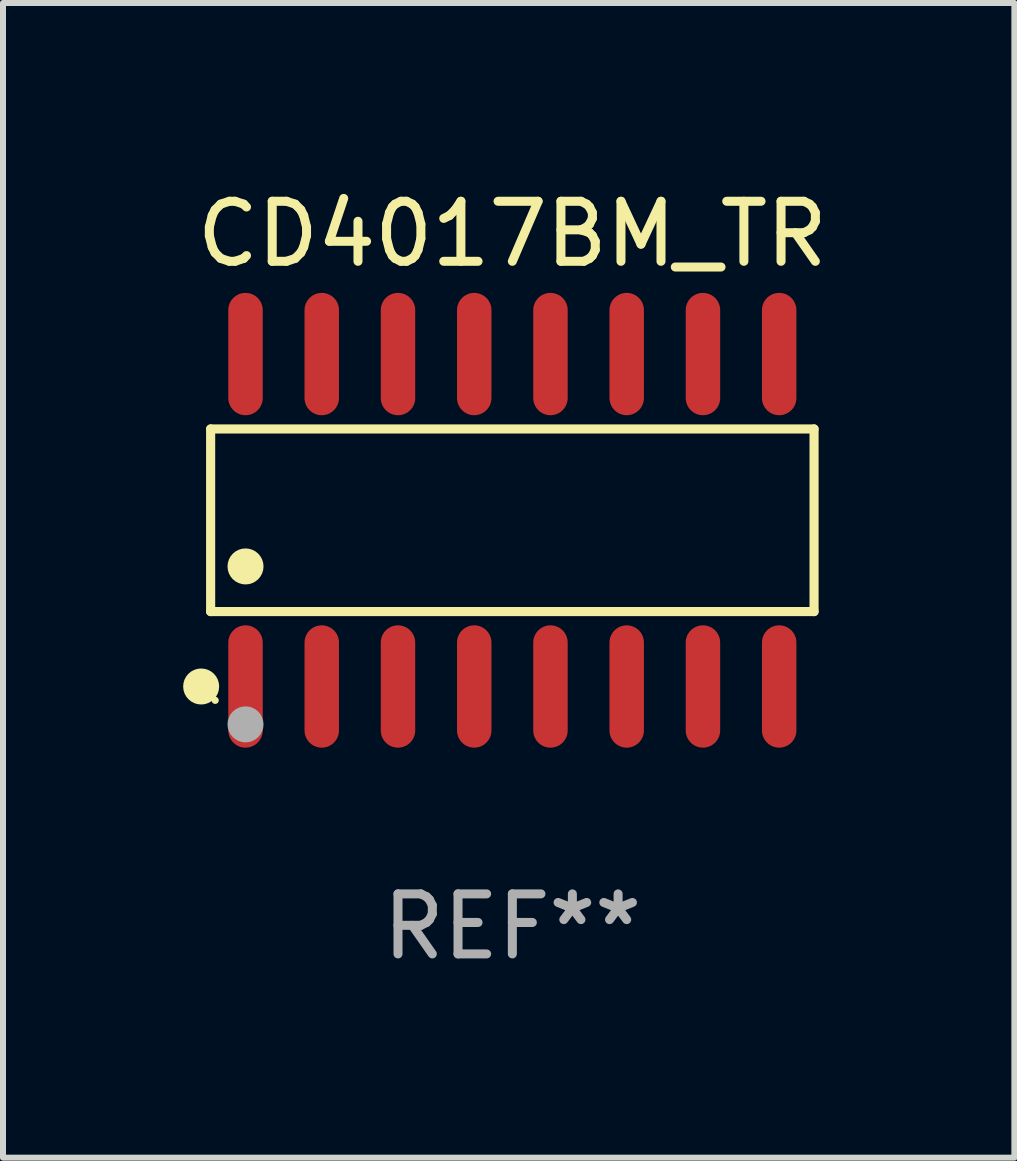
<source format=kicad_pcb>
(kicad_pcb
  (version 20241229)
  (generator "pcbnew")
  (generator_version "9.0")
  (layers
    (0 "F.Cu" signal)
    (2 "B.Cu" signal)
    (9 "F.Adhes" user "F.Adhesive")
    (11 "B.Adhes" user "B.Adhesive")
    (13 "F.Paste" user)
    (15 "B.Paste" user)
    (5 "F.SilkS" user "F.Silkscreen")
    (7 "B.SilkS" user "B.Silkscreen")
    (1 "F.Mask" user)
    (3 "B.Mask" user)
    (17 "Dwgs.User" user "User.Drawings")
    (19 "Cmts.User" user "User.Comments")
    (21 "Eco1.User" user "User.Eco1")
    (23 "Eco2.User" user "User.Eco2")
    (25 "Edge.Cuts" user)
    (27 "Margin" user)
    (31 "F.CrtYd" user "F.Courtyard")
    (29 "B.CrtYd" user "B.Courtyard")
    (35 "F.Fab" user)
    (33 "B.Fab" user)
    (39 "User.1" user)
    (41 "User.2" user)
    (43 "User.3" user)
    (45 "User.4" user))
  (footprint "CD4017BM_TR"
    (layer "F.Cu")
    (at 5.485 5.617)
    (property "Reference" "CD4017BM_TR" (at 0 -4.769 0) (layer "F.SilkS") (effects (font (size 1 1) (thickness 0.15))))
    (attr through_hole)
    (fp_line (start -5.026 -1.521) (end 5.026 -1.521) (stroke (width 0.152) (type solid)) (layer "F.SilkS"))
    (fp_line (start -5.026 1.521) (end -5.026 -1.521) (stroke (width 0.152) (type solid)) (layer "F.SilkS"))
    (fp_line (start 5.026 -1.521) (end 5.026 1.521) (stroke (width 0.152) (type solid)) (layer "F.SilkS"))
    (fp_line (start 5.026 1.521) (end -5.026 1.521) (stroke (width 0.152) (type solid)) (layer "F.SilkS"))
    (fp_circle (center -5.184 2.769) (end -5.034 2.769) (stroke (width 0.3) (type solid)) (fill no) (layer "F.SilkS"))
    (fp_circle (center -4.95 3) (end -4.92 3) (stroke (width 0.06) (type solid)) (fill no) (layer "F.SilkS"))
    (fp_circle (center -4.445 0.769) (end -4.295 0.769) (stroke (width 0.3) (type solid)) (fill no) (layer "F.SilkS"))
    (fp_circle (center -4.445 3.4) (end -4.295 3.4) (stroke (width 0.3) (type solid)) (fill no) (layer "F.Fab"))
    (fp_text user "REF**" (at 0 6.769 0) (layer "F.Fab") (effects (font (size 1 1) (thickness 0.15))))
    (pad "1" smd oval (at -4.445 2.769) (size 0.574 2.038) (layers "F.Cu" "F.Mask" "F.Paste"))
    (pad "2" smd oval (at -3.175 2.769) (size 0.574 2.038) (layers "F.Cu" "F.Mask" "F.Paste"))
    (pad "3" smd oval (at -1.905 2.769) (size 0.574 2.038) (layers "F.Cu" "F.Mask" "F.Paste"))
    (pad "4" smd oval (at -0.635 2.769) (size 0.574 2.038) (layers "F.Cu" "F.Mask" "F.Paste"))
    (pad "5" smd oval (at 0.635 2.769) (size 0.574 2.038) (layers "F.Cu" "F.Mask" "F.Paste"))
    (pad "6" smd oval (at 1.905 2.769) (size 0.574 2.038) (layers "F.Cu" "F.Mask" "F.Paste"))
    (pad "7" smd oval (at 3.175 2.769) (size 0.574 2.038) (layers "F.Cu" "F.Mask" "F.Paste"))
    (pad "8" smd oval (at 4.445 2.769) (size 0.574 2.038) (layers "F.Cu" "F.Mask" "F.Paste"))
    (pad "9" smd oval (at 4.445 -2.769) (size 0.574 2.038) (layers "F.Cu" "F.Mask" "F.Paste"))
    (pad "10" smd oval (at 3.175 -2.769) (size 0.574 2.038) (layers "F.Cu" "F.Mask" "F.Paste"))
    (pad "11" smd oval (at 1.905 -2.769) (size 0.574 2.038) (layers "F.Cu" "F.Mask" "F.Paste"))
    (pad "12" smd oval (at 0.635 -2.769) (size 0.574 2.038) (layers "F.Cu" "F.Mask" "F.Paste"))
    (pad "13" smd oval (at -0.635 -2.769) (size 0.574 2.038) (layers "F.Cu" "F.Mask" "F.Paste"))
    (pad "14" smd oval (at -1.905 -2.769) (size 0.574 2.038) (layers "F.Cu" "F.Mask" "F.Paste"))
    (pad "15" smd oval (at -3.175 -2.769) (size 0.574 2.038) (layers "F.Cu" "F.Mask" "F.Paste"))
    (pad "16" smd oval (at -4.445 -2.769) (size 0.574 2.038) (layers "F.Cu" "F.Mask" "F.Paste")))
  (gr_rect
    (start -3 -3)
    (end 13.848 16.235)
    (stroke (width 0.1) (type default))
    (fill no)
    (layer "Edge.Cuts")))
</source>
